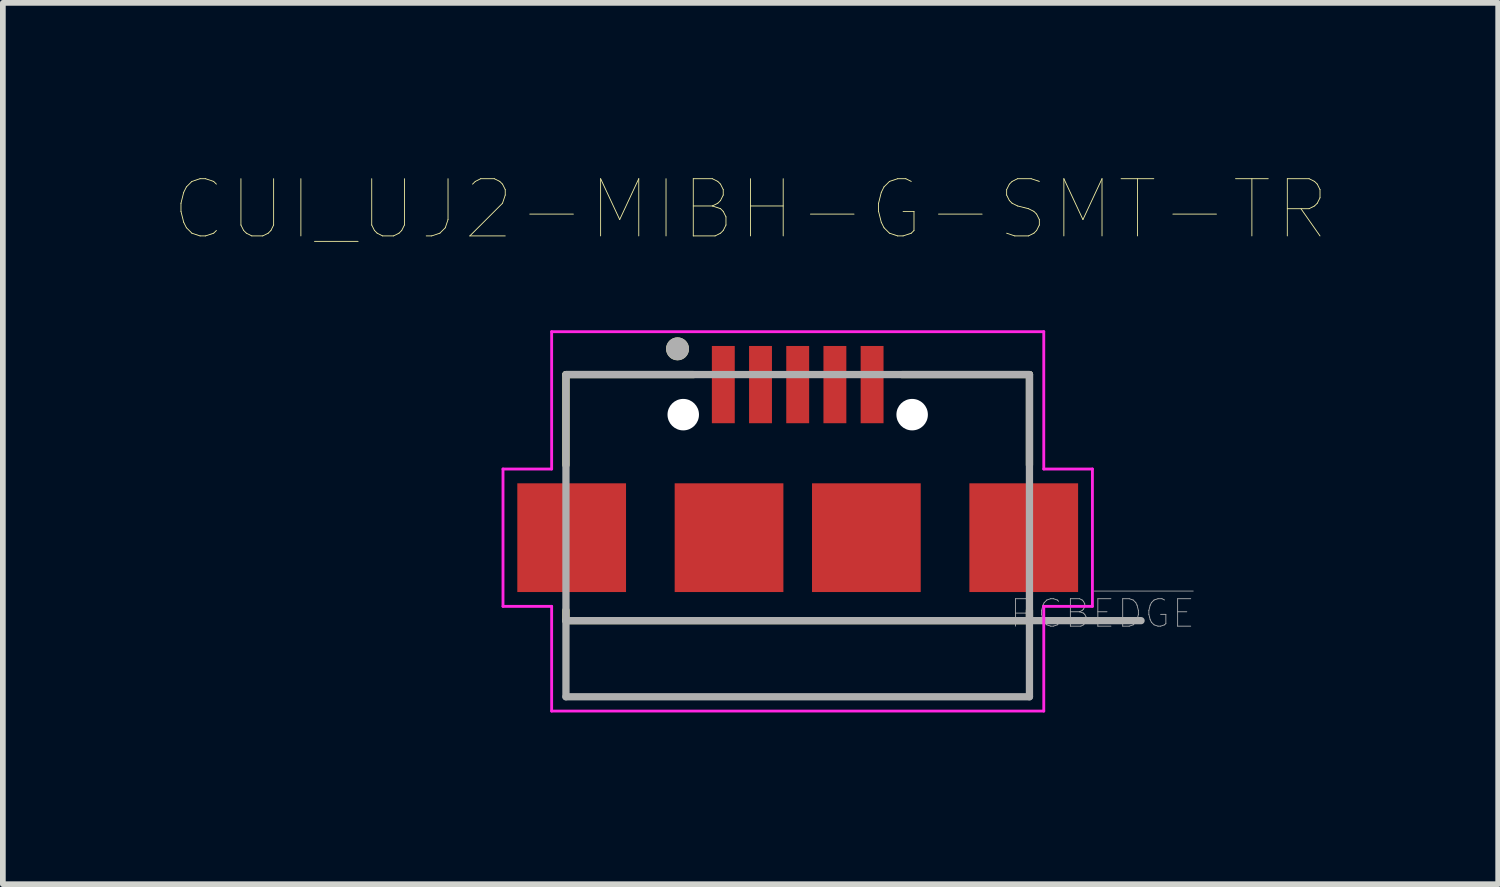
<source format=kicad_pcb>
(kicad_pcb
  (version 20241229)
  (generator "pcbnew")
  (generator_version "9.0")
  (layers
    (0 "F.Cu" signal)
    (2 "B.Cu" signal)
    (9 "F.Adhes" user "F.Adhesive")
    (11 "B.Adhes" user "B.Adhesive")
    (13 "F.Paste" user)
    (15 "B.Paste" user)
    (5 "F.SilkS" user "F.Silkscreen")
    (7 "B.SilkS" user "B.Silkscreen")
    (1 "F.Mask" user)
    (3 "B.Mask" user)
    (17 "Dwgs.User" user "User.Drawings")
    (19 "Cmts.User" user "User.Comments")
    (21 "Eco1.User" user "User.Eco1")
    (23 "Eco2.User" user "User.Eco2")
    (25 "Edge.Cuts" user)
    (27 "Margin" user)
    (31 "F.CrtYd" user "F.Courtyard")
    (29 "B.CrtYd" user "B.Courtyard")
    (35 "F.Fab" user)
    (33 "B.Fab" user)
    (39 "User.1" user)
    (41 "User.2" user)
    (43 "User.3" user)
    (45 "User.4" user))
  (footprint "CUI_UJ2-MIBH-G-SMT-TR"
    (layer "F.Cu")
    (at 10.89 6.346)
    (property "Reference" "CUI_UJ2-MIBH-G-SMT-TR" (at -0.825 -5.735 0) (layer "F.SilkS") (effects (font (size 1 1) (thickness 0.015))))
    (attr through_hole)
    (fp_line (start -4.05 -2.85) (end -1.82 -2.85) (stroke (width 0.127) (type solid)) (layer "F.SilkS"))
    (fp_line (start -4.05 -1.27) (end -4.05 -2.85) (stroke (width 0.127) (type solid)) (layer "F.SilkS"))
    (fp_line (start -4.05 1.27) (end -4.05 1.45) (stroke (width 0.127) (type solid)) (layer "F.SilkS"))
    (fp_line (start -4.05 1.45) (end 4.05 1.45) (stroke (width 0.127) (type solid)) (layer "F.SilkS"))
    (fp_line (start 1.82 -2.85) (end 4.05 -2.85) (stroke (width 0.127) (type solid)) (layer "F.SilkS"))
    (fp_line (start 4.05 -2.85) (end 4.05 -1.27) (stroke (width 0.127) (type solid)) (layer "F.SilkS"))
    (fp_line (start 4.05 1.45) (end 4.05 1.27) (stroke (width 0.127) (type solid)) (layer "F.SilkS"))
    (fp_circle (center -2.1 -3.3) (end -2 -3.3) (stroke (width 0.2) (type solid)) (fill no) (layer "F.SilkS"))
    (fp_line (start -5.15 -1.2) (end -5.15 1.2) (stroke (width 0.05) (type solid)) (layer "F.CrtYd"))
    (fp_line (start -5.15 1.2) (end -4.3 1.2) (stroke (width 0.05) (type solid)) (layer "F.CrtYd"))
    (fp_line (start -4.3 -3.6) (end 4.3 -3.6) (stroke (width 0.05) (type solid)) (layer "F.CrtYd"))
    (fp_line (start -4.3 -1.2) (end -5.15 -1.2) (stroke (width 0.05) (type solid)) (layer "F.CrtYd"))
    (fp_line (start -4.3 -1.2) (end -4.3 -3.6) (stroke (width 0.05) (type solid)) (layer "F.CrtYd"))
    (fp_line (start -4.3 1.2) (end -4.3 3.03) (stroke (width 0.05) (type solid)) (layer "F.CrtYd"))
    (fp_line (start -4.3 3.03) (end 4.3 3.03) (stroke (width 0.05) (type solid)) (layer "F.CrtYd"))
    (fp_line (start 4.3 -1.2) (end 4.3 -3.6) (stroke (width 0.05) (type solid)) (layer "F.CrtYd"))
    (fp_line (start 4.3 1.2) (end 5.15 1.2) (stroke (width 0.05) (type solid)) (layer "F.CrtYd"))
    (fp_line (start 4.3 3.03) (end 4.3 1.2) (stroke (width 0.05) (type solid)) (layer "F.CrtYd"))
    (fp_line (start 5.15 -1.2) (end 4.3 -1.2) (stroke (width 0.05) (type solid)) (layer "F.CrtYd"))
    (fp_line (start 5.15 1.2) (end 5.15 -1.2) (stroke (width 0.05) (type solid)) (layer "F.CrtYd"))
    (fp_line (start -4.05 -2.85) (end 4.05 -2.85) (stroke (width 0.127) (type solid)) (layer "F.Fab"))
    (fp_line (start -4.05 1.45) (end -4.05 -2.85) (stroke (width 0.127) (type solid)) (layer "F.Fab"))
    (fp_line (start -4.05 1.45) (end 6 1.45) (stroke (width 0.127) (type solid)) (layer "F.Fab"))
    (fp_line (start -4.05 2.78) (end -4.05 1.45) (stroke (width 0.127) (type solid)) (layer "F.Fab"))
    (fp_line (start 4.05 -2.85) (end 4.05 2.78) (stroke (width 0.127) (type solid)) (layer "F.Fab"))
    (fp_line (start 4.05 2.78) (end -4.05 2.78) (stroke (width 0.127) (type solid)) (layer "F.Fab"))
    (fp_circle (center -2.1 -3.3) (end -2 -3.3) (stroke (width 0.2) (type solid)) (fill no) (layer "F.Fab"))
    (fp_text user "PCB~{EDGE}" (at 5.325 1.325 0) (layer "F.Fab") (effects (font (size 0.48 0.48) (thickness 0.015))))
    (pad "" np_thru_hole circle (at -2 -2.15) (size 0.55 0.55) (drill 0.55) (layers "*.Cu" "*.Mask"))
    (pad "" np_thru_hole circle (at 2 -2.15) (size 0.55 0.55) (drill 0.55) (layers "*.Cu" "*.Mask"))
    (pad "1" smd rect (at -1.3 -2.675) (size 0.4 1.35) (layers "F.Cu" "F.Mask" "F.Paste"))
    (pad "2" smd rect (at -0.65 -2.675) (size 0.4 1.35) (layers "F.Cu" "F.Mask" "F.Paste"))
    (pad "3" smd rect (at 0 -2.675) (size 0.4 1.35) (layers "F.Cu" "F.Mask" "F.Paste"))
    (pad "4" smd rect (at 0.65 -2.675) (size 0.4 1.35) (layers "F.Cu" "F.Mask" "F.Paste"))
    (pad "5" smd rect (at 1.3 -2.675) (size 0.4 1.35) (layers "F.Cu" "F.Mask" "F.Paste"))
    (pad "S" smd rect (at -3.95 0) (size 1.9 1.9) (layers "F.Cu" "F.Mask" "F.Paste"))
    (pad "S" smd rect (at -1.2 0) (size 1.9 1.9) (layers "F.Cu" "F.Mask" "F.Paste"))
    (pad "S" smd rect (at 1.2 0) (size 1.9 1.9) (layers "F.Cu" "F.Mask" "F.Paste"))
    (pad "S" smd rect (at 3.95 0) (size 1.9 1.9) (layers "F.Cu" "F.Mask" "F.Paste")))
  (gr_rect
    (start -3 -3)
    (end 23.131 12.401)
    (stroke (width 0.1) (type default))
    (fill no)
    (layer "Edge.Cuts")))
</source>
